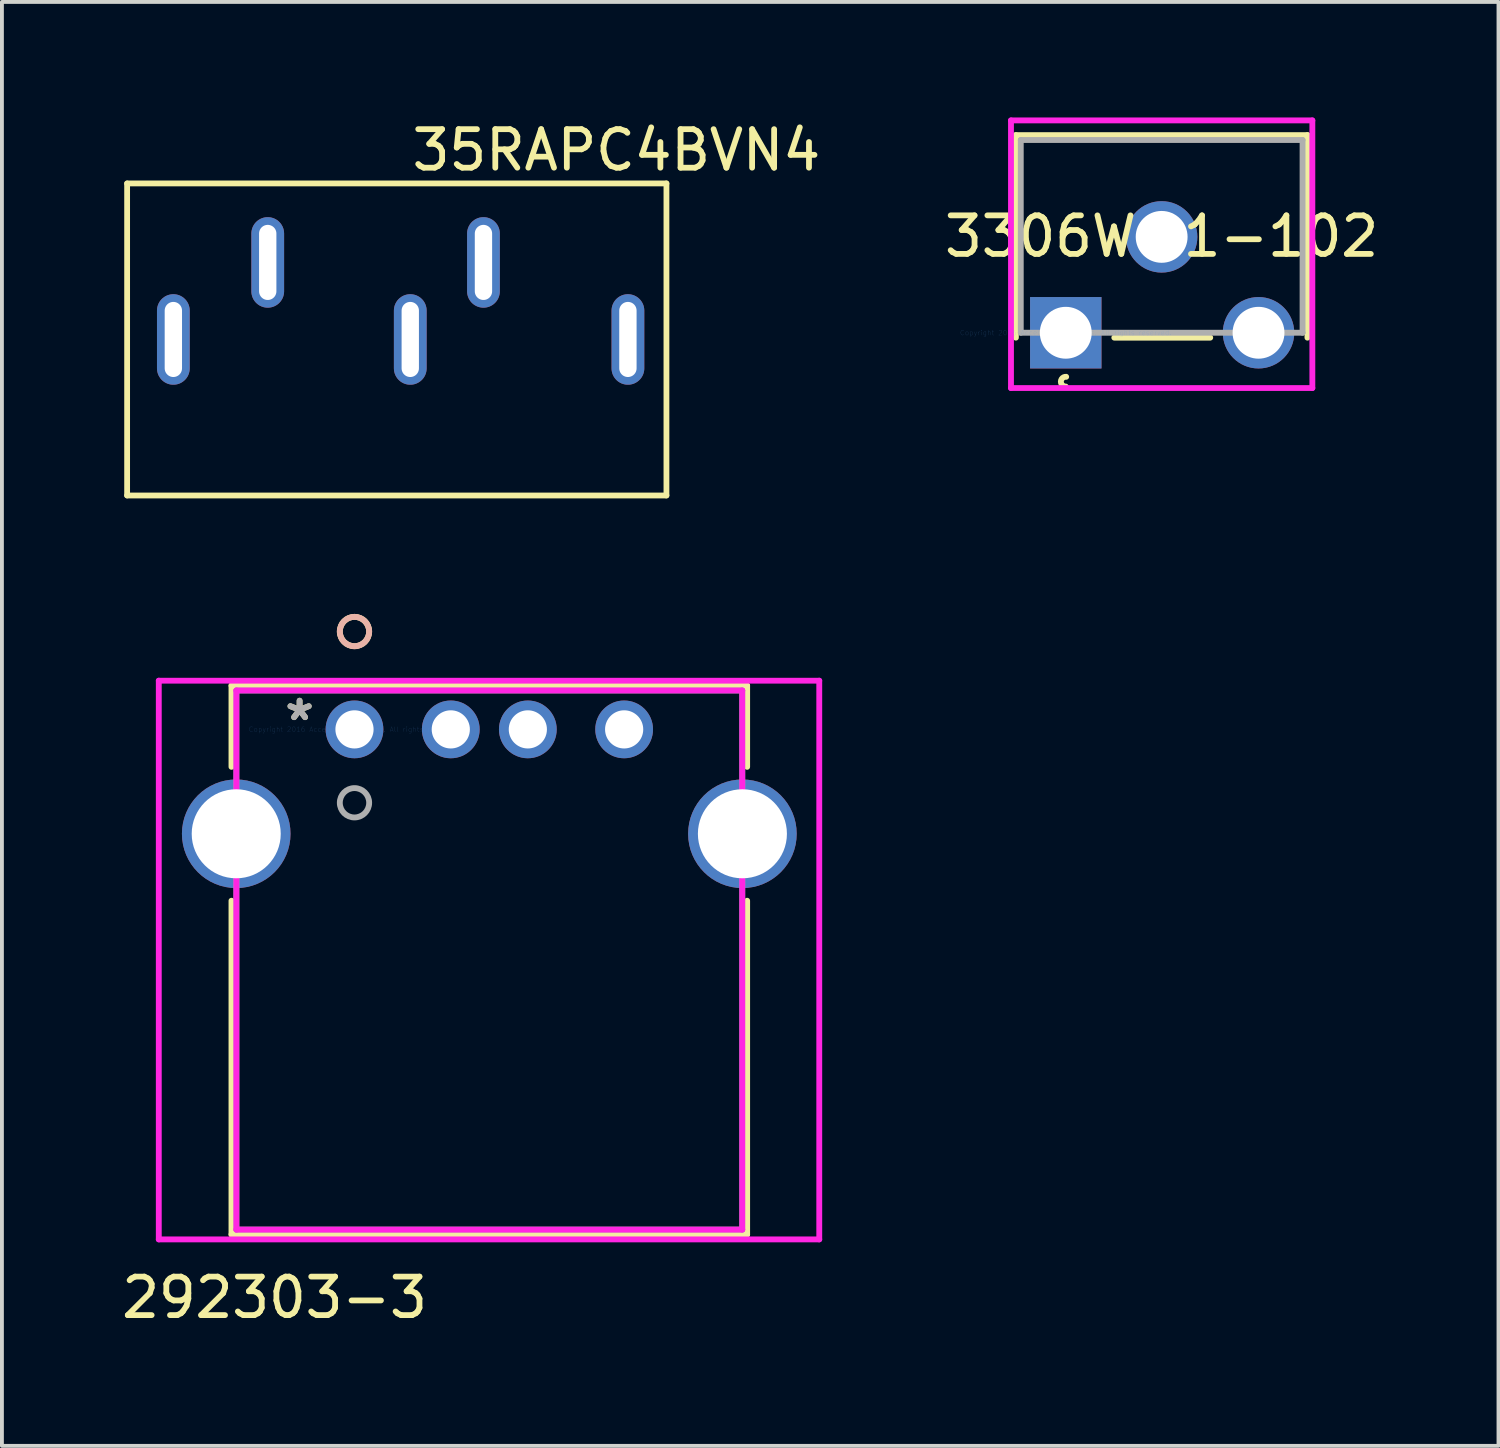
<source format=kicad_pcb>
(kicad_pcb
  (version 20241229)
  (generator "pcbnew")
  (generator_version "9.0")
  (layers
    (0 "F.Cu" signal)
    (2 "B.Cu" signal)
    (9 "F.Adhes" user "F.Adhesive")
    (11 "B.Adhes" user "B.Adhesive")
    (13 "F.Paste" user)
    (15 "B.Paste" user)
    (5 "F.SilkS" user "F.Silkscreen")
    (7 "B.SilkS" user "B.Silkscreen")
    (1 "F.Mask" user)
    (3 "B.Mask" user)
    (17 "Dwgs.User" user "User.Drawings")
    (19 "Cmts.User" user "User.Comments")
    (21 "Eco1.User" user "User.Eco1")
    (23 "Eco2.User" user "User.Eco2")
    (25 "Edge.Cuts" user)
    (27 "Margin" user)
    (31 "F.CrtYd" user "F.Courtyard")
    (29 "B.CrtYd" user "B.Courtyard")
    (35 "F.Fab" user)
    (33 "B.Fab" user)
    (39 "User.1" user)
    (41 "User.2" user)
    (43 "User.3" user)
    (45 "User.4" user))
  (footprint "3306W-1-102"
    (layer "F.Cu")
    (at 24.616 5.588)
    (property "Reference" "3306W-1-102" (at 2.489 -2.502 0) (layer "F.SilkS") (effects (font (size 1 1) (thickness 0.15))))
    (attr through_hole)
    (fp_line (start -1.295 -5.131) (end -1.295 0.127) (stroke (width 0.152) (type solid)) (layer "F.SilkS"))
    (fp_line (start 1.26 0.127) (end 3.75 0.127) (stroke (width 0.152) (type solid)) (layer "F.SilkS"))
    (fp_line (start 6.274 -5.131) (end -1.295 -5.131) (stroke (width 0.152) (type solid)) (layer "F.SilkS"))
    (fp_line (start 6.274 0.127) (end 6.274 -5.131) (stroke (width 0.152) (type solid)) (layer "F.SilkS"))
    (fp_arc (start 0 1.397) (mid -0.126898 1.264916) (end 0.01016 1.143407) (stroke (width 0.1524) (type solid)) (layer "F.SilkS"))
    (fp_line (start -1.422 -5.512) (end 6.401 -5.512) (stroke (width 0.152) (type solid)) (layer "F.CrtYd"))
    (fp_line (start -1.422 1.435) (end -1.422 -5.512) (stroke (width 0.152) (type solid)) (layer "F.CrtYd"))
    (fp_line (start 6.401 -5.512) (end 6.401 1.435) (stroke (width 0.152) (type solid)) (layer "F.CrtYd"))
    (fp_line (start 6.401 1.435) (end -1.422 1.435) (stroke (width 0.152) (type solid)) (layer "F.CrtYd"))
    (fp_line (start -1.168 -5.004) (end -1.168 0) (stroke (width 0.152) (type solid)) (layer "F.Fab"))
    (fp_line (start -1.168 0) (end 6.147 0) (stroke (width 0.152) (type solid)) (layer "F.Fab"))
    (fp_line (start 6.147 -5.004) (end -1.168 -5.004) (stroke (width 0.152) (type solid)) (layer "F.Fab"))
    (fp_line (start 6.147 0) (end 6.147 -5.004) (stroke (width 0.152) (type solid)) (layer "F.Fab"))
    (fp_circle (center 0 -0.254) (end 0.127 -0.254) (stroke (width 0.152) (type solid)) (fill no) (layer "F.Fab"))
    (fp_text user "*" (at 0 0 0) (layer "F.SilkS") (effects (font (size 1 1) (thickness 0.15))))
    (fp_text user "Copyright 2016 Accelerated Designs. All rights reserved." (at 0 0 0) (layer "Cmts.User") (effects (font (size 0.127 0.127) (thickness 0.002))))
    (fp_text user "*" (at 0 0 0) (layer "F.Fab") (effects (font (size 1 1) (thickness 0.15))))
    (pad "1" thru_hole rect (at 0 0) (size 1.854 1.854) (drill 1.346) (layers "*.Cu" "*.Mask"))
    (pad "2" thru_hole circle (at 2.489 -2.489) (size 1.854 1.854) (drill 1.346) (layers "*.Cu" "*.Mask"))
    (pad "3" thru_hole circle (at 5.004 0) (size 1.854 1.854) (drill 1.346) (layers "*.Cu" "*.Mask")))
  (footprint "35RAPC4BVN4"
    (layer "F.Cu")
    (at 0.25 4.912)
    (property "Reference" "35RAPC4BVN4" (at 12.7 -4.064 0) (layer "F.SilkS") (effects (font (size 1 1) (thickness 0.15))))
    (attr through_hole)
    (fp_line (start 0 -3.2) (end 14 -3.2) (stroke (width 0.15) (type solid)) (layer "F.SilkS"))
    (fp_line (start 0 4.9) (end 0 -3.2) (stroke (width 0.15) (type solid)) (layer "F.SilkS"))
    (fp_line (start 14 -3.2) (end 14 4.9) (stroke (width 0.15) (type solid)) (layer "F.SilkS"))
    (fp_line (start 14 4.9) (end 0 4.9) (stroke (width 0.15) (type solid)) (layer "F.SilkS"))
    (pad "1" thru_hole oval (at 1.2 0.85) (size 0.85 2.35) (drill oval 0.45 1.95) (layers "*.Cu" "*.Mask"))
    (pad "2" thru_hole oval (at 3.65 -1.15) (size 0.85 2.35) (drill oval 0.45 1.95) (layers "*.Cu" "*.Mask"))
    (pad "3" thru_hole oval (at 7.35 0.85) (size 0.85 2.35) (drill oval 0.45 1.95) (layers "*.Cu" "*.Mask"))
    (pad "4" thru_hole oval (at 9.25 -1.15) (size 0.85 2.35) (drill oval 0.45 1.95) (layers "*.Cu" "*.Mask"))
    (pad "5" thru_hole oval (at 13 0.85) (size 0.85 2.35) (drill oval 0.45 1.95) (layers "*.Cu" "*.Mask")))
  (footprint "292303-3"
    (layer "F.Cu")
    (at 6.152 15.884)
    (property "Reference" "292303-3" (at -2.075 14.75 0) (layer "F.SilkS") (effects (font (size 1 1) (thickness 0.15))))
    (attr through_hole)
    (fp_line (start -3.193 -1.137) (end -3.193 0.972) (stroke (width 0.152) (type solid)) (layer "F.SilkS"))
    (fp_line (start -3.193 4.448) (end -3.193 13.112) (stroke (width 0.152) (type solid)) (layer "F.SilkS"))
    (fp_line (start -3.193 13.112) (end 10.193 13.112) (stroke (width 0.152) (type solid)) (layer "F.SilkS"))
    (fp_line (start 10.193 -1.137) (end -3.193 -1.137) (stroke (width 0.152) (type solid)) (layer "F.SilkS"))
    (fp_line (start 10.193 0.972) (end 10.193 -1.137) (stroke (width 0.152) (type solid)) (layer "F.SilkS"))
    (fp_line (start 10.193 13.112) (end 10.193 4.448) (stroke (width 0.152) (type solid)) (layer "F.SilkS"))
    (fp_circle (center 0 -2.54) (end 0.381 -2.54) (stroke (width 0.152) (type solid)) (fill no) (layer "F.SilkS"))
    (fp_circle (center 0 -2.54) (end 0.381 -2.54) (stroke (width 0.152) (type solid)) (fill no) (layer "B.SilkS"))
    (fp_line (start -5.08 -1.264) (end -5.08 13.239) (stroke (width 0.152) (type solid)) (layer "F.CrtYd"))
    (fp_line (start -5.08 13.239) (end 12.065 13.239) (stroke (width 0.152) (type solid)) (layer "F.CrtYd"))
    (fp_line (start -3.066 -1.01) (end -3.066 12.985) (stroke (width 0.152) (type solid)) (layer "F.CrtYd"))
    (fp_line (start -3.066 12.985) (end 10.066 12.985) (stroke (width 0.152) (type solid)) (layer "F.CrtYd"))
    (fp_line (start 10.066 -1.01) (end -3.066 -1.01) (stroke (width 0.152) (type solid)) (layer "F.CrtYd"))
    (fp_line (start 10.066 12.985) (end 10.066 -1.01) (stroke (width 0.152) (type solid)) (layer "F.CrtYd"))
    (fp_line (start 12.065 -1.264) (end -5.08 -1.264) (stroke (width 0.152) (type solid)) (layer "F.CrtYd"))
    (fp_line (start 12.065 13.239) (end 12.065 -1.264) (stroke (width 0.152) (type solid)) (layer "F.CrtYd"))
    (fp_line (start -3.066 -1.01) (end -3.066 12.985) (stroke (width 0.152) (type solid)) (layer "F.Fab"))
    (fp_line (start -3.066 12.985) (end 10.066 12.985) (stroke (width 0.152) (type solid)) (layer "F.Fab"))
    (fp_line (start 10.066 -1.01) (end -3.066 -1.01) (stroke (width 0.152) (type solid)) (layer "F.Fab"))
    (fp_line (start 10.066 12.985) (end 10.066 -1.01) (stroke (width 0.152) (type solid)) (layer "F.Fab"))
    (fp_circle (center 0.000001 1.905) (end 0.381 1.905) (stroke (width 0.152) (type solid)) (fill no) (layer "F.Fab"))
    (fp_text user "*" (at -1.425 -0.2 0) (layer "F.SilkS") (effects (font (size 1 1) (thickness 0.15))))
    (fp_text user "Copyright 2016 Accelerated Designs. All rights reserved." (at 0 0 0) (layer "Cmts.User") (effects (font (size 0.127 0.127) (thickness 0.002))))
    (fp_text user "*" (at -1.425 -0.2 0) (layer "F.Fab") (effects (font (size 1 1) (thickness 0.15))))
    (pad "1" thru_hole circle (at 0.000001 0) (size 1.499 1.499) (drill 0.991) (layers "*.Cu" "*.Mask"))
    (pad "2" thru_hole circle (at 2.5 0) (size 1.499 1.499) (drill 0.991) (layers "*.Cu" "*.Mask"))
    (pad "3" thru_hole circle (at 4.5 0) (size 1.499 1.499) (drill 0.991) (layers "*.Cu" "*.Mask"))
    (pad "4" thru_hole circle (at 7 0) (size 1.499 1.499) (drill 0.991) (layers "*.Cu" "*.Mask"))
    (pad "5" thru_hole circle (at -3.07 2.71) (size 2.819 2.819) (drill 2.311) (layers "*.Cu" "*.Mask"))
    (pad "6" thru_hole circle (at 10.07 2.71) (size 2.819 2.819) (drill 2.311) (layers "*.Cu" "*.Mask")))
  (gr_rect
    (start -3 -3)
    (end 35.849 34.483)
    (stroke (width 0.1) (type default))
    (fill no)
    (layer "Edge.Cuts")))
</source>
